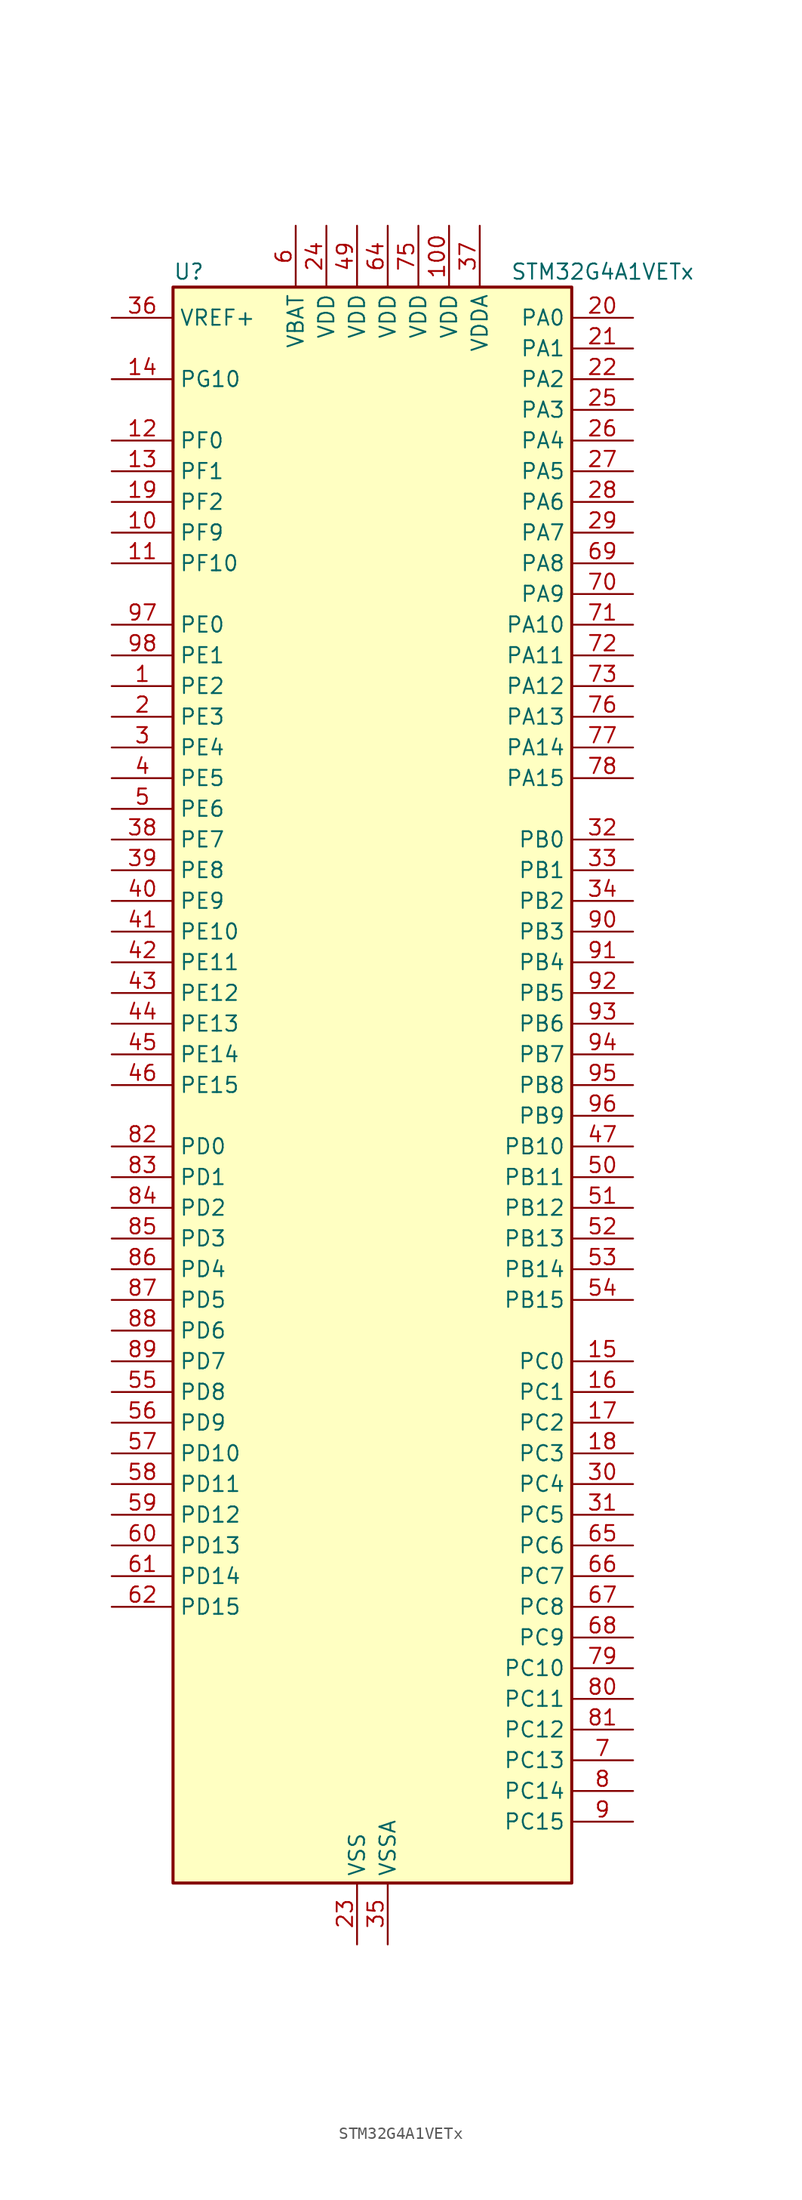
<source format=kicad_sym>
(kicad_symbol_lib
  (version 20220914)
  (generator kicad_symbol_editor)
  (symbol "STM32G4A1VETx"
    (property "Reference" "U"
      (at -15.24 67.31 0)
      (effects (font (size 1.27 1.27)) (justify left)))
    (property "Value" "STM32G4A1VETx"
      (at 12.7 67.31 0)
      (effects (font (size 1.27 1.27)) (justify left)))
    (property "ki_locked" ""
      (at 0 0 0)
      (effects (font (size 1.27 1.27))))
    (symbol "STM32G4A1VETx_0_1"
      (rectangle (start -15.24 -66.04) (end 17.78 66.04) (stroke (width 0.254) (type default)) (fill (type background))))
    (symbol "STM32G4A1VETx_1_1"
      (pin bidirectional line (at -20.32 33.02 0) (length 5.08) (name "PE2" (effects (font (size 1.27 1.27)))) (number "1" (effects (font (size 1.27 1.27)))) (alternate "ADC3_EXTI2" bidirectional line) (alternate "SAI1_CK1" bidirectional line) (alternate "SAI1_MCLK_A" bidirectional line) (alternate "SYS_TRACECLK" bidirectional line) (alternate "TIM20_CH1" bidirectional line) (alternate "TIM3_CH1" bidirectional line))
      (pin bidirectional line (at -20.32 45.72 0) (length 5.08) (name "PF9" (effects (font (size 1.27 1.27)))) (number "10" (effects (font (size 1.27 1.27)))) (alternate "DAC1_EXTI9" bidirectional line) (alternate "DAC3_EXTI9" bidirectional line) (alternate "QUADSPI1_BK1_IO1" bidirectional line) (alternate "SAI1_FS_B" bidirectional line) (alternate "SPI2_SCK" bidirectional line) (alternate "TIM15_CH1" bidirectional line) (alternate "TIM20_BKIN" bidirectional line))
      (pin power_in line (at 7.62 71.12 270) (length 5.08) (name "VDD" (effects (font (size 1.27 1.27)))) (number "100" (effects (font (size 1.27 1.27)))))
      (pin bidirectional line (at -20.32 43.18 0) (length 5.08) (name "PF10" (effects (font (size 1.27 1.27)))) (number "11" (effects (font (size 1.27 1.27)))) (alternate "DAC1_EXTI10" bidirectional line) (alternate "DAC3_EXTI10" bidirectional line) (alternate "QUADSPI1_CLK" bidirectional line) (alternate "SAI1_D3" bidirectional line) (alternate "SPI2_SCK" bidirectional line) (alternate "TIM15_CH2" bidirectional line) (alternate "TIM20_BKIN2" bidirectional line))
      (pin bidirectional line (at -20.32 53.34 0) (length 5.08) (name "PF0" (effects (font (size 1.27 1.27)))) (number "12" (effects (font (size 1.27 1.27)))) (alternate "ADC1_IN10" bidirectional line) (alternate "I2C2_SDA" bidirectional line) (alternate "I2S2_WS" bidirectional line) (alternate "RCC_OSC_IN" bidirectional line) (alternate "SPI2_NSS" bidirectional line) (alternate "TIM1_CH3N" bidirectional line))
      (pin bidirectional line (at -20.32 50.8 0) (length 5.08) (name "PF1" (effects (font (size 1.27 1.27)))) (number "13" (effects (font (size 1.27 1.27)))) (alternate "ADC2_IN10" bidirectional line) (alternate "COMP3_INM" bidirectional line) (alternate "I2S2_CK" bidirectional line) (alternate "RCC_OSC_OUT" bidirectional line) (alternate "SPI2_SCK" bidirectional line))
      (pin bidirectional line (at -20.32 58.42 0) (length 5.08) (name "PG10" (effects (font (size 1.27 1.27)))) (number "14" (effects (font (size 1.27 1.27)))) (alternate "DAC1_EXTI10" bidirectional line) (alternate "DAC3_EXTI10" bidirectional line) (alternate "RCC_MCO" bidirectional line))
      (pin bidirectional line (at 22.86 -22.86 180) (length 5.08) (name "PC0" (effects (font (size 1.27 1.27)))) (number "15" (effects (font (size 1.27 1.27)))) (alternate "ADC1_IN6" bidirectional line) (alternate "ADC2_IN6" bidirectional line) (alternate "COMP3_INM" bidirectional line) (alternate "LPTIM1_IN1" bidirectional line) (alternate "LPUART1_RX" bidirectional line) (alternate "TIM1_CH1" bidirectional line))
      (pin bidirectional line (at 22.86 -25.4 180) (length 5.08) (name "PC1" (effects (font (size 1.27 1.27)))) (number "16" (effects (font (size 1.27 1.27)))) (alternate "ADC1_IN7" bidirectional line) (alternate "ADC2_IN7" bidirectional line) (alternate "COMP3_INP" bidirectional line) (alternate "LPTIM1_OUT" bidirectional line) (alternate "LPUART1_TX" bidirectional line) (alternate "QUADSPI1_BK2_IO0" bidirectional line) (alternate "SAI1_SD_A" bidirectional line) (alternate "TIM1_CH2" bidirectional line))
      (pin bidirectional line (at 22.86 -27.94 180) (length 5.08) (name "PC2" (effects (font (size 1.27 1.27)))) (number "17" (effects (font (size 1.27 1.27)))) (alternate "ADC1_IN8" bidirectional line) (alternate "ADC2_IN8" bidirectional line) (alternate "ADC3_EXTI2" bidirectional line) (alternate "COMP3_OUT" bidirectional line) (alternate "LPTIM1_IN2" bidirectional line) (alternate "QUADSPI1_BK2_IO1" bidirectional line) (alternate "TIM1_CH3" bidirectional line) (alternate "TIM20_CH2" bidirectional line))
      (pin bidirectional line (at 22.86 -30.48 180) (length 5.08) (name "PC3" (effects (font (size 1.27 1.27)))) (number "18" (effects (font (size 1.27 1.27)))) (alternate "ADC1_IN9" bidirectional line) (alternate "ADC2_IN9" bidirectional line) (alternate "ADC3_EXTI3" bidirectional line) (alternate "LPTIM1_ETR" bidirectional line) (alternate "QUADSPI1_BK2_IO2" bidirectional line) (alternate "SAI1_D1" bidirectional line) (alternate "SAI1_SD_A" bidirectional line) (alternate "TIM1_BKIN2" bidirectional line) (alternate "TIM1_CH4" bidirectional line))
      (pin bidirectional line (at -20.32 48.26 0) (length 5.08) (name "PF2" (effects (font (size 1.27 1.27)))) (number "19" (effects (font (size 1.27 1.27)))) (alternate "ADC3_EXTI2" bidirectional line) (alternate "I2C2_SMBA" bidirectional line) (alternate "TIM20_CH3" bidirectional line))
      (pin bidirectional line (at -20.32 30.48 0) (length 5.08) (name "PE3" (effects (font (size 1.27 1.27)))) (number "2" (effects (font (size 1.27 1.27)))) (alternate "ADC3_EXTI3" bidirectional line) (alternate "SAI1_SD_B" bidirectional line) (alternate "SYS_TRACED0" bidirectional line) (alternate "TIM20_CH2" bidirectional line) (alternate "TIM3_CH2" bidirectional line))
      (pin bidirectional line (at 22.86 63.5 180) (length 5.08) (name "PA0" (effects (font (size 1.27 1.27)))) (number "20" (effects (font (size 1.27 1.27)))) (alternate "ADC1_IN1" bidirectional line) (alternate "ADC2_IN1" bidirectional line) (alternate "COMP1_INM" bidirectional line) (alternate "COMP1_OUT" bidirectional line) (alternate "COMP3_INP" bidirectional line) (alternate "RTC_TAMP2" bidirectional line) (alternate "SYS_WKUP1" bidirectional line) (alternate "TIM2_CH1" bidirectional line) (alternate "TIM2_ETR" bidirectional line) (alternate "TIM8_BKIN" bidirectional line) (alternate "TIM8_ETR" bidirectional line) (alternate "USART2_CTS" bidirectional line) (alternate "USART2_NSS" bidirectional line))
      (pin bidirectional line (at 22.86 60.96 180) (length 5.08) (name "PA1" (effects (font (size 1.27 1.27)))) (number "21" (effects (font (size 1.27 1.27)))) (alternate "ADC1_IN2" bidirectional line) (alternate "ADC2_IN2" bidirectional line) (alternate "COMP1_INP" bidirectional line) (alternate "OPAMP1_VINP" bidirectional line) (alternate "OPAMP1_VINP_SEC" bidirectional line) (alternate "OPAMP3_VINP" bidirectional line) (alternate "OPAMP3_VINP_SEC" bidirectional line) (alternate "OPAMP6_VINM" bidirectional line) (alternate "OPAMP6_VINM0" bidirectional line) (alternate "OPAMP6_VINM_SEC" bidirectional line) (alternate "RTC_REFIN" bidirectional line) (alternate "TIM15_CH1N" bidirectional line) (alternate "TIM2_CH2" bidirectional line) (alternate "USART2_DE" bidirectional line) (alternate "USART2_RTS" bidirectional line))
      (pin bidirectional line (at 22.86 58.42 180) (length 5.08) (name "PA2" (effects (font (size 1.27 1.27)))) (number "22" (effects (font (size 1.27 1.27)))) (alternate "ADC1_IN3" bidirectional line) (alternate "ADC3_EXTI2" bidirectional line) (alternate "COMP2_INM" bidirectional line) (alternate "COMP2_OUT" bidirectional line) (alternate "LPUART1_TX" bidirectional line) (alternate "OPAMP1_VOUT" bidirectional line) (alternate "QUADSPI1_BK1_NCS" bidirectional line) (alternate "RCC_LSCO" bidirectional line) (alternate "SYS_WKUP4" bidirectional line) (alternate "TIM15_CH1" bidirectional line) (alternate "TIM2_CH3" bidirectional line) (alternate "UCPD1_FRSTX1" bidirectional line) (alternate "UCPD1_FRSTX2" bidirectional line) (alternate "USART2_TX" bidirectional line))
      (pin power_in line (at 0 -71.12 90) (length 5.08) (name "VSS" (effects (font (size 1.27 1.27)))) (number "23" (effects (font (size 1.27 1.27)))))
      (pin power_in line (at -2.54 71.12 270) (length 5.08) (name "VDD" (effects (font (size 1.27 1.27)))) (number "24" (effects (font (size 1.27 1.27)))))
      (pin bidirectional line (at 22.86 55.88 180) (length 5.08) (name "PA3" (effects (font (size 1.27 1.27)))) (number "25" (effects (font (size 1.27 1.27)))) (alternate "ADC1_IN4" bidirectional line) (alternate "ADC3_EXTI3" bidirectional line) (alternate "COMP2_INP" bidirectional line) (alternate "LPUART1_RX" bidirectional line) (alternate "OPAMP1_VINM" bidirectional line) (alternate "OPAMP1_VINM0" bidirectional line) (alternate "OPAMP1_VINM_SEC" bidirectional line) (alternate "OPAMP1_VINP" bidirectional line) (alternate "OPAMP1_VINP_SEC" bidirectional line) (alternate "QUADSPI1_CLK" bidirectional line) (alternate "SAI1_CK1" bidirectional line) (alternate "SAI1_MCLK_A" bidirectional line) (alternate "TIM15_CH2" bidirectional line) (alternate "TIM2_CH4" bidirectional line) (alternate "USART2_RX" bidirectional line))
      (pin bidirectional line (at 22.86 53.34 180) (length 5.08) (name "PA4" (effects (font (size 1.27 1.27)))) (number "26" (effects (font (size 1.27 1.27)))) (alternate "ADC2_IN17" bidirectional line) (alternate "COMP1_INM" bidirectional line) (alternate "DAC1_OUT1" bidirectional line) (alternate "I2S3_WS" bidirectional line) (alternate "SAI1_FS_B" bidirectional line) (alternate "SPI1_NSS" bidirectional line) (alternate "SPI3_NSS" bidirectional line) (alternate "TIM3_CH2" bidirectional line) (alternate "USART2_CK" bidirectional line))
      (pin bidirectional line (at 22.86 50.8 180) (length 5.08) (name "PA5" (effects (font (size 1.27 1.27)))) (number "27" (effects (font (size 1.27 1.27)))) (alternate "ADC2_IN13" bidirectional line) (alternate "COMP2_INM" bidirectional line) (alternate "DAC1_OUT2" bidirectional line) (alternate "OPAMP2_VINM" bidirectional line) (alternate "OPAMP2_VINM0" bidirectional line) (alternate "OPAMP2_VINM_SEC" bidirectional line) (alternate "SPI1_SCK" bidirectional line) (alternate "TIM2_CH1" bidirectional line) (alternate "TIM2_ETR" bidirectional line) (alternate "UCPD1_FRSTX1" bidirectional line) (alternate "UCPD1_FRSTX2" bidirectional line))
      (pin bidirectional line (at 22.86 48.26 180) (length 5.08) (name "PA6" (effects (font (size 1.27 1.27)))) (number "28" (effects (font (size 1.27 1.27)))) (alternate "ADC2_IN3" bidirectional line) (alternate "COMP1_OUT" bidirectional line) (alternate "LPUART1_CTS" bidirectional line) (alternate "OPAMP2_VOUT" bidirectional line) (alternate "QUADSPI1_BK1_IO3" bidirectional line) (alternate "SPI1_MISO" bidirectional line) (alternate "TIM16_CH1" bidirectional line) (alternate "TIM1_BKIN" bidirectional line) (alternate "TIM3_CH1" bidirectional line) (alternate "TIM8_BKIN" bidirectional line))
      (pin bidirectional line (at 22.86 45.72 180) (length 5.08) (name "PA7" (effects (font (size 1.27 1.27)))) (number "29" (effects (font (size 1.27 1.27)))) (alternate "ADC2_IN4" bidirectional line) (alternate "COMP2_INP" bidirectional line) (alternate "COMP2_OUT" bidirectional line) (alternate "OPAMP1_VINP" bidirectional line) (alternate "OPAMP1_VINP_SEC" bidirectional line) (alternate "OPAMP2_VINP" bidirectional line) (alternate "OPAMP2_VINP_SEC" bidirectional line) (alternate "QUADSPI1_BK1_IO2" bidirectional line) (alternate "SPI1_MOSI" bidirectional line) (alternate "TIM17_CH1" bidirectional line) (alternate "TIM1_CH1N" bidirectional line) (alternate "TIM3_CH2" bidirectional line) (alternate "TIM8_CH1N" bidirectional line) (alternate "UCPD1_FRSTX1" bidirectional line) (alternate "UCPD1_FRSTX2" bidirectional line))
      (pin bidirectional line (at -20.32 27.94 0) (length 5.08) (name "PE4" (effects (font (size 1.27 1.27)))) (number "3" (effects (font (size 1.27 1.27)))) (alternate "SAI1_D2" bidirectional line) (alternate "SAI1_FS_A" bidirectional line) (alternate "SYS_TRACED1" bidirectional line) (alternate "TIM20_CH1N" bidirectional line) (alternate "TIM3_CH3" bidirectional line))
      (pin bidirectional line (at 22.86 -33.02 180) (length 5.08) (name "PC4" (effects (font (size 1.27 1.27)))) (number "30" (effects (font (size 1.27 1.27)))) (alternate "ADC2_IN5" bidirectional line) (alternate "I2C2_SCL" bidirectional line) (alternate "QUADSPI1_BK2_IO3" bidirectional line) (alternate "TIM1_ETR" bidirectional line) (alternate "USART1_TX" bidirectional line))
      (pin bidirectional line (at 22.86 -35.56 180) (length 5.08) (name "PC5" (effects (font (size 1.27 1.27)))) (number "31" (effects (font (size 1.27 1.27)))) (alternate "ADC2_IN11" bidirectional line) (alternate "OPAMP1_VINM" bidirectional line) (alternate "OPAMP1_VINM1" bidirectional line) (alternate "OPAMP1_VINM_SEC" bidirectional line) (alternate "OPAMP2_VINM" bidirectional line) (alternate "OPAMP2_VINM1" bidirectional line) (alternate "OPAMP2_VINM_SEC" bidirectional line) (alternate "SAI1_D3" bidirectional line) (alternate "SYS_WKUP5" bidirectional line) (alternate "TIM15_BKIN" bidirectional line) (alternate "TIM1_CH4N" bidirectional line) (alternate "USART1_RX" bidirectional line))
      (pin bidirectional line (at 22.86 20.32 180) (length 5.08) (name "PB0" (effects (font (size 1.27 1.27)))) (number "32" (effects (font (size 1.27 1.27)))) (alternate "ADC1_IN15" bidirectional line) (alternate "ADC3_IN12" bidirectional line) (alternate "COMP4_INP" bidirectional line) (alternate "OPAMP2_VINP" bidirectional line) (alternate "OPAMP2_VINP_SEC" bidirectional line) (alternate "OPAMP3_VINP" bidirectional line) (alternate "OPAMP3_VINP_SEC" bidirectional line) (alternate "QUADSPI1_BK1_IO1" bidirectional line) (alternate "TIM1_CH2N" bidirectional line) (alternate "TIM3_CH3" bidirectional line) (alternate "TIM8_CH2N" bidirectional line) (alternate "UCPD1_FRSTX1" bidirectional line) (alternate "UCPD1_FRSTX2" bidirectional line))
      (pin bidirectional line (at 22.86 17.78 180) (length 5.08) (name "PB1" (effects (font (size 1.27 1.27)))) (number "33" (effects (font (size 1.27 1.27)))) (alternate "ADC1_IN12" bidirectional line) (alternate "ADC3_IN1" bidirectional line) (alternate "COMP1_INP" bidirectional line) (alternate "COMP4_OUT" bidirectional line) (alternate "LPUART1_DE" bidirectional line) (alternate "LPUART1_RTS" bidirectional line) (alternate "OPAMP3_VOUT" bidirectional line) (alternate "OPAMP6_VINM" bidirectional line) (alternate "OPAMP6_VINM1" bidirectional line) (alternate "OPAMP6_VINM_SEC" bidirectional line) (alternate "QUADSPI1_BK1_IO0" bidirectional line) (alternate "TIM1_CH3N" bidirectional line) (alternate "TIM3_CH4" bidirectional line) (alternate "TIM8_CH3N" bidirectional line))
      (pin bidirectional line (at 22.86 15.24 180) (length 5.08) (name "PB2" (effects (font (size 1.27 1.27)))) (number "34" (effects (font (size 1.27 1.27)))) (alternate "ADC2_IN12" bidirectional line) (alternate "ADC3_EXTI2" bidirectional line) (alternate "COMP4_INM" bidirectional line) (alternate "I2C3_SMBA" bidirectional line) (alternate "LPTIM1_OUT" bidirectional line) (alternate "OPAMP3_VINM" bidirectional line) (alternate "OPAMP3_VINM0" bidirectional line) (alternate "OPAMP3_VINM_SEC" bidirectional line) (alternate "QUADSPI1_BK2_IO1" bidirectional line) (alternate "RTC_OUT2" bidirectional line) (alternate "TIM20_CH1" bidirectional line))
      (pin power_in line (at 2.54 -71.12 90) (length 5.08) (name "VSSA" (effects (font (size 1.27 1.27)))) (number "35" (effects (font (size 1.27 1.27)))))
      (pin input line (at -20.32 63.5 0) (length 5.08) (name "VREF+" (effects (font (size 1.27 1.27)))) (number "36" (effects (font (size 1.27 1.27)))) (alternate "VREFBUF_OUT" bidirectional line))
      (pin power_in line (at 10.16 71.12 270) (length 5.08) (name "VDDA" (effects (font (size 1.27 1.27)))) (number "37" (effects (font (size 1.27 1.27)))))
      (pin bidirectional line (at -20.32 20.32 0) (length 5.08) (name "PE7" (effects (font (size 1.27 1.27)))) (number "38" (effects (font (size 1.27 1.27)))) (alternate "ADC3_IN4" bidirectional line) (alternate "COMP4_INP" bidirectional line) (alternate "SAI1_SD_B" bidirectional line) (alternate "TIM1_ETR" bidirectional line))
      (pin bidirectional line (at -20.32 17.78 0) (length 5.08) (name "PE8" (effects (font (size 1.27 1.27)))) (number "39" (effects (font (size 1.27 1.27)))) (alternate "ADC3_IN6" bidirectional line) (alternate "COMP4_INM" bidirectional line) (alternate "SAI1_SCK_B" bidirectional line) (alternate "TIM1_CH1N" bidirectional line))
      (pin bidirectional line (at -20.32 25.4 0) (length 5.08) (name "PE5" (effects (font (size 1.27 1.27)))) (number "4" (effects (font (size 1.27 1.27)))) (alternate "SAI1_CK2" bidirectional line) (alternate "SAI1_SCK_A" bidirectional line) (alternate "SYS_TRACED2" bidirectional line) (alternate "TIM20_CH2N" bidirectional line) (alternate "TIM3_CH4" bidirectional line))
      (pin bidirectional line (at -20.32 15.24 0) (length 5.08) (name "PE9" (effects (font (size 1.27 1.27)))) (number "40" (effects (font (size 1.27 1.27)))) (alternate "ADC3_IN2" bidirectional line) (alternate "DAC1_EXTI9" bidirectional line) (alternate "DAC3_EXTI9" bidirectional line) (alternate "SAI1_FS_B" bidirectional line) (alternate "TIM1_CH1" bidirectional line))
      (pin bidirectional line (at -20.32 12.7 0) (length 5.08) (name "PE10" (effects (font (size 1.27 1.27)))) (number "41" (effects (font (size 1.27 1.27)))) (alternate "ADC3_IN14" bidirectional line) (alternate "DAC1_EXTI10" bidirectional line) (alternate "DAC3_EXTI10" bidirectional line) (alternate "QUADSPI1_CLK" bidirectional line) (alternate "SAI1_MCLK_B" bidirectional line) (alternate "TIM1_CH2N" bidirectional line))
      (pin bidirectional line (at -20.32 10.16 0) (length 5.08) (name "PE11" (effects (font (size 1.27 1.27)))) (number "42" (effects (font (size 1.27 1.27)))) (alternate "ADC1_EXTI11" bidirectional line) (alternate "ADC2_EXTI11" bidirectional line) (alternate "ADC3_IN15" bidirectional line) (alternate "QUADSPI1_BK1_NCS" bidirectional line) (alternate "TIM1_CH2" bidirectional line))
      (pin bidirectional line (at -20.32 7.62 0) (length 5.08) (name "PE12" (effects (font (size 1.27 1.27)))) (number "43" (effects (font (size 1.27 1.27)))) (alternate "ADC3_IN16" bidirectional line) (alternate "QUADSPI1_BK1_IO0" bidirectional line) (alternate "TIM1_CH3N" bidirectional line))
      (pin bidirectional line (at -20.32 5.08 0) (length 5.08) (name "PE13" (effects (font (size 1.27 1.27)))) (number "44" (effects (font (size 1.27 1.27)))) (alternate "ADC3_IN3" bidirectional line) (alternate "QUADSPI1_BK1_IO1" bidirectional line) (alternate "TIM1_CH3" bidirectional line))
      (pin bidirectional line (at -20.32 2.54 0) (length 5.08) (name "PE14" (effects (font (size 1.27 1.27)))) (number "45" (effects (font (size 1.27 1.27)))) (alternate "QUADSPI1_BK1_IO2" bidirectional line) (alternate "TIM1_BKIN2" bidirectional line) (alternate "TIM1_CH4" bidirectional line))
      (pin bidirectional line (at -20.32 0 0) (length 5.08) (name "PE15" (effects (font (size 1.27 1.27)))) (number "46" (effects (font (size 1.27 1.27)))) (alternate "ADC1_EXTI15" bidirectional line) (alternate "ADC2_EXTI15" bidirectional line) (alternate "QUADSPI1_BK1_IO3" bidirectional line) (alternate "TIM1_BKIN" bidirectional line) (alternate "TIM1_CH4N" bidirectional line) (alternate "USART3_RX" bidirectional line))
      (pin bidirectional line (at 22.86 -5.08 180) (length 5.08) (name "PB10" (effects (font (size 1.27 1.27)))) (number "47" (effects (font (size 1.27 1.27)))) (alternate "DAC1_EXTI10" bidirectional line) (alternate "DAC3_EXTI10" bidirectional line) (alternate "LPUART1_RX" bidirectional line) (alternate "OPAMP3_VINM" bidirectional line) (alternate "OPAMP3_VINM1" bidirectional line) (alternate "OPAMP3_VINM_SEC" bidirectional line) (alternate "QUADSPI1_CLK" bidirectional line) (alternate "SAI1_SCK_A" bidirectional line) (alternate "TIM1_BKIN" bidirectional line) (alternate "TIM2_CH3" bidirectional line) (alternate "USART3_TX" bidirectional line))
      (pin passive line (at 0 -71.12 90) (length 5.08) hide (name "VSS" (effects (font (size 1.27 1.27)))) (number "48" (effects (font (size 1.27 1.27)))))
      (pin power_in line (at 0 71.12 270) (length 5.08) (name "VDD" (effects (font (size 1.27 1.27)))) (number "49" (effects (font (size 1.27 1.27)))))
      (pin bidirectional line (at -20.32 22.86 0) (length 5.08) (name "PE6" (effects (font (size 1.27 1.27)))) (number "5" (effects (font (size 1.27 1.27)))) (alternate "RTC_TAMP3" bidirectional line) (alternate "SAI1_D1" bidirectional line) (alternate "SAI1_SD_A" bidirectional line) (alternate "SYS_TRACED3" bidirectional line) (alternate "SYS_WKUP3" bidirectional line) (alternate "TIM20_CH3N" bidirectional line))
      (pin bidirectional line (at 22.86 -7.62 180) (length 5.08) (name "PB11" (effects (font (size 1.27 1.27)))) (number "50" (effects (font (size 1.27 1.27)))) (alternate "ADC1_EXTI11" bidirectional line) (alternate "ADC1_IN14" bidirectional line) (alternate "ADC2_EXTI11" bidirectional line) (alternate "ADC2_IN14" bidirectional line) (alternate "LPUART1_TX" bidirectional line) (alternate "OPAMP6_VOUT" bidirectional line) (alternate "QUADSPI1_BK1_NCS" bidirectional line) (alternate "TIM2_CH4" bidirectional line) (alternate "USART3_RX" bidirectional line))
      (pin bidirectional line (at 22.86 -10.16 180) (length 5.08) (name "PB12" (effects (font (size 1.27 1.27)))) (number "51" (effects (font (size 1.27 1.27)))) (alternate "ADC1_IN11" bidirectional line) (alternate "FDCAN2_RX" bidirectional line) (alternate "I2C2_SMBA" bidirectional line) (alternate "I2S2_WS" bidirectional line) (alternate "LPUART1_DE" bidirectional line) (alternate "LPUART1_RTS" bidirectional line) (alternate "OPAMP6_VINP" bidirectional line) (alternate "OPAMP6_VINP_SEC" bidirectional line) (alternate "SPI2_NSS" bidirectional line) (alternate "TIM1_BKIN" bidirectional line) (alternate "USART3_CK" bidirectional line))
      (pin bidirectional line (at 22.86 -12.7 180) (length 5.08) (name "PB13" (effects (font (size 1.27 1.27)))) (number "52" (effects (font (size 1.27 1.27)))) (alternate "ADC3_IN5" bidirectional line) (alternate "FDCAN2_TX" bidirectional line) (alternate "I2S2_CK" bidirectional line) (alternate "LPUART1_CTS" bidirectional line) (alternate "OPAMP3_VINP" bidirectional line) (alternate "OPAMP3_VINP_SEC" bidirectional line) (alternate "OPAMP6_VINP" bidirectional line) (alternate "OPAMP6_VINP_SEC" bidirectional line) (alternate "SPI2_SCK" bidirectional line) (alternate "TIM1_CH1N" bidirectional line) (alternate "USART3_CTS" bidirectional line) (alternate "USART3_NSS" bidirectional line))
      (pin bidirectional line (at 22.86 -15.24 180) (length 5.08) (name "PB14" (effects (font (size 1.27 1.27)))) (number "53" (effects (font (size 1.27 1.27)))) (alternate "ADC1_IN5" bidirectional line) (alternate "COMP4_OUT" bidirectional line) (alternate "OPAMP2_VINP" bidirectional line) (alternate "OPAMP2_VINP_SEC" bidirectional line) (alternate "SPI2_MISO" bidirectional line) (alternate "TIM15_CH1" bidirectional line) (alternate "TIM1_CH2N" bidirectional line) (alternate "USART3_DE" bidirectional line) (alternate "USART3_RTS" bidirectional line))
      (pin bidirectional line (at 22.86 -17.78 180) (length 5.08) (name "PB15" (effects (font (size 1.27 1.27)))) (number "54" (effects (font (size 1.27 1.27)))) (alternate "ADC1_EXTI15" bidirectional line) (alternate "ADC2_EXTI15" bidirectional line) (alternate "ADC2_IN15" bidirectional line) (alternate "COMP3_OUT" bidirectional line) (alternate "I2S2_SD" bidirectional line) (alternate "RTC_REFIN" bidirectional line) (alternate "SPI2_MOSI" bidirectional line) (alternate "TIM15_CH1N" bidirectional line) (alternate "TIM15_CH2" bidirectional line) (alternate "TIM1_CH3N" bidirectional line))
      (pin bidirectional line (at -20.32 -25.4 0) (length 5.08) (name "PD8" (effects (font (size 1.27 1.27)))) (number "55" (effects (font (size 1.27 1.27)))) (alternate "USART3_TX" bidirectional line))
      (pin bidirectional line (at -20.32 -27.94 0) (length 5.08) (name "PD9" (effects (font (size 1.27 1.27)))) (number "56" (effects (font (size 1.27 1.27)))) (alternate "DAC1_EXTI9" bidirectional line) (alternate "DAC3_EXTI9" bidirectional line) (alternate "OPAMP6_VINP" bidirectional line) (alternate "OPAMP6_VINP_SEC" bidirectional line) (alternate "USART3_RX" bidirectional line))
      (pin bidirectional line (at -20.32 -30.48 0) (length 5.08) (name "PD10" (effects (font (size 1.27 1.27)))) (number "57" (effects (font (size 1.27 1.27)))) (alternate "ADC3_IN7" bidirectional line) (alternate "DAC1_EXTI10" bidirectional line) (alternate "DAC3_EXTI10" bidirectional line) (alternate "USART3_CK" bidirectional line))
      (pin bidirectional line (at -20.32 -33.02 0) (length 5.08) (name "PD11" (effects (font (size 1.27 1.27)))) (number "58" (effects (font (size 1.27 1.27)))) (alternate "ADC1_EXTI11" bidirectional line) (alternate "ADC2_EXTI11" bidirectional line) (alternate "ADC3_IN8" bidirectional line) (alternate "USART3_CTS" bidirectional line) (alternate "USART3_NSS" bidirectional line))
      (pin bidirectional line (at -20.32 -35.56 0) (length 5.08) (name "PD12" (effects (font (size 1.27 1.27)))) (number "59" (effects (font (size 1.27 1.27)))) (alternate "ADC3_IN9" bidirectional line) (alternate "TIM4_CH1" bidirectional line) (alternate "USART3_DE" bidirectional line) (alternate "USART3_RTS" bidirectional line))
      (pin power_in line (at -5.08 71.12 270) (length 5.08) (name "VBAT" (effects (font (size 1.27 1.27)))) (number "6" (effects (font (size 1.27 1.27)))))
      (pin bidirectional line (at -20.32 -38.1 0) (length 5.08) (name "PD13" (effects (font (size 1.27 1.27)))) (number "60" (effects (font (size 1.27 1.27)))) (alternate "ADC3_IN10" bidirectional line) (alternate "TIM4_CH2" bidirectional line))
      (pin bidirectional line (at -20.32 -40.64 0) (length 5.08) (name "PD14" (effects (font (size 1.27 1.27)))) (number "61" (effects (font (size 1.27 1.27)))) (alternate "ADC3_IN11" bidirectional line) (alternate "OPAMP2_VINP" bidirectional line) (alternate "OPAMP2_VINP_SEC" bidirectional line) (alternate "TIM4_CH3" bidirectional line))
      (pin bidirectional line (at -20.32 -43.18 0) (length 5.08) (name "PD15" (effects (font (size 1.27 1.27)))) (number "62" (effects (font (size 1.27 1.27)))) (alternate "ADC1_EXTI15" bidirectional line) (alternate "ADC2_EXTI15" bidirectional line) (alternate "SPI2_NSS" bidirectional line) (alternate "TIM4_CH4" bidirectional line))
      (pin passive line (at 0 -71.12 90) (length 5.08) hide (name "VSS" (effects (font (size 1.27 1.27)))) (number "63" (effects (font (size 1.27 1.27)))))
      (pin power_in line (at 2.54 71.12 270) (length 5.08) (name "VDD" (effects (font (size 1.27 1.27)))) (number "64" (effects (font (size 1.27 1.27)))))
      (pin bidirectional line (at 22.86 -38.1 180) (length 5.08) (name "PC6" (effects (font (size 1.27 1.27)))) (number "65" (effects (font (size 1.27 1.27)))) (alternate "I2S2_MCK" bidirectional line) (alternate "TIM3_CH1" bidirectional line) (alternate "TIM8_CH1" bidirectional line))
      (pin bidirectional line (at 22.86 -40.64 180) (length 5.08) (name "PC7" (effects (font (size 1.27 1.27)))) (number "66" (effects (font (size 1.27 1.27)))) (alternate "I2S3_MCK" bidirectional line) (alternate "TIM3_CH2" bidirectional line) (alternate "TIM8_CH2" bidirectional line))
      (pin bidirectional line (at 22.86 -43.18 180) (length 5.08) (name "PC8" (effects (font (size 1.27 1.27)))) (number "67" (effects (font (size 1.27 1.27)))) (alternate "I2C3_SCL" bidirectional line) (alternate "TIM20_CH3" bidirectional line) (alternate "TIM3_CH3" bidirectional line) (alternate "TIM8_CH3" bidirectional line))
      (pin bidirectional line (at 22.86 -45.72 180) (length 5.08) (name "PC9" (effects (font (size 1.27 1.27)))) (number "68" (effects (font (size 1.27 1.27)))) (alternate "DAC1_EXTI9" bidirectional line) (alternate "DAC3_EXTI9" bidirectional line) (alternate "I2C3_SDA" bidirectional line) (alternate "I2S_CKIN" bidirectional line) (alternate "TIM3_CH4" bidirectional line) (alternate "TIM8_BKIN2" bidirectional line) (alternate "TIM8_CH4" bidirectional line))
      (pin bidirectional line (at 22.86 43.18 180) (length 5.08) (name "PA8" (effects (font (size 1.27 1.27)))) (number "69" (effects (font (size 1.27 1.27)))) (alternate "I2C2_SDA" bidirectional line) (alternate "I2C3_SCL" bidirectional line) (alternate "I2S2_MCK" bidirectional line) (alternate "RCC_MCO" bidirectional line) (alternate "SAI1_CK2" bidirectional line) (alternate "SAI1_SCK_A" bidirectional line) (alternate "TIM1_CH1" bidirectional line) (alternate "TIM4_ETR" bidirectional line) (alternate "USART1_CK" bidirectional line))
      (pin bidirectional line (at 22.86 -55.88 180) (length 5.08) (name "PC13" (effects (font (size 1.27 1.27)))) (number "7" (effects (font (size 1.27 1.27)))) (alternate "RTC_OUT1" bidirectional line) (alternate "RTC_TAMP1" bidirectional line) (alternate "RTC_TS" bidirectional line) (alternate "SYS_WKUP2" bidirectional line) (alternate "TIM1_BKIN" bidirectional line) (alternate "TIM1_CH1N" bidirectional line) (alternate "TIM8_CH4N" bidirectional line))
      (pin bidirectional line (at 22.86 40.64 180) (length 5.08) (name "PA9" (effects (font (size 1.27 1.27)))) (number "70" (effects (font (size 1.27 1.27)))) (alternate "DAC1_EXTI9" bidirectional line) (alternate "DAC3_EXTI9" bidirectional line) (alternate "I2C2_SCL" bidirectional line) (alternate "I2C3_SMBA" bidirectional line) (alternate "I2S3_MCK" bidirectional line) (alternate "SAI1_FS_A" bidirectional line) (alternate "TIM15_BKIN" bidirectional line) (alternate "TIM1_CH2" bidirectional line) (alternate "TIM2_CH3" bidirectional line) (alternate "UCPD1_DBCC1" bidirectional line) (alternate "USART1_TX" bidirectional line))
      (pin bidirectional line (at 22.86 38.1 180) (length 5.08) (name "PA10" (effects (font (size 1.27 1.27)))) (number "71" (effects (font (size 1.27 1.27)))) (alternate "CRS_SYNC" bidirectional line) (alternate "DAC1_EXTI10" bidirectional line) (alternate "DAC3_EXTI10" bidirectional line) (alternate "I2C2_SMBA" bidirectional line) (alternate "SAI1_D1" bidirectional line) (alternate "SAI1_SD_A" bidirectional line) (alternate "SPI2_MISO" bidirectional line) (alternate "TIM17_BKIN" bidirectional line) (alternate "TIM1_CH3" bidirectional line) (alternate "TIM2_CH4" bidirectional line) (alternate "TIM8_BKIN" bidirectional line) (alternate "UCPD1_DBCC2" bidirectional line) (alternate "USART1_RX" bidirectional line))
      (pin bidirectional line (at 22.86 35.56 180) (length 5.08) (name "PA11" (effects (font (size 1.27 1.27)))) (number "72" (effects (font (size 1.27 1.27)))) (alternate "ADC1_EXTI11" bidirectional line) (alternate "ADC2_EXTI11" bidirectional line) (alternate "COMP1_OUT" bidirectional line) (alternate "FDCAN1_RX" bidirectional line) (alternate "I2S2_SD" bidirectional line) (alternate "SPI2_MOSI" bidirectional line) (alternate "TIM1_BKIN2" bidirectional line) (alternate "TIM1_CH1N" bidirectional line) (alternate "TIM1_CH4" bidirectional line) (alternate "TIM4_CH1" bidirectional line) (alternate "USART1_CTS" bidirectional line) (alternate "USART1_NSS" bidirectional line) (alternate "USB_DM" bidirectional line))
      (pin bidirectional line (at 22.86 33.02 180) (length 5.08) (name "PA12" (effects (font (size 1.27 1.27)))) (number "73" (effects (font (size 1.27 1.27)))) (alternate "COMP2_OUT" bidirectional line) (alternate "FDCAN1_TX" bidirectional line) (alternate "I2S_CKIN" bidirectional line) (alternate "TIM16_CH1" bidirectional line) (alternate "TIM1_CH2N" bidirectional line) (alternate "TIM1_ETR" bidirectional line) (alternate "TIM4_CH2" bidirectional line) (alternate "USART1_DE" bidirectional line) (alternate "USART1_RTS" bidirectional line) (alternate "USB_DP" bidirectional line))
      (pin passive line (at 0 -71.12 90) (length 5.08) hide (name "VSS" (effects (font (size 1.27 1.27)))) (number "74" (effects (font (size 1.27 1.27)))))
      (pin power_in line (at 5.08 71.12 270) (length 5.08) (name "VDD" (effects (font (size 1.27 1.27)))) (number "75" (effects (font (size 1.27 1.27)))))
      (pin bidirectional line (at 22.86 30.48 180) (length 5.08) (name "PA13" (effects (font (size 1.27 1.27)))) (number "76" (effects (font (size 1.27 1.27)))) (alternate "I2C1_SCL" bidirectional line) (alternate "IR_OUT" bidirectional line) (alternate "SAI1_SD_B" bidirectional line) (alternate "SYS_JTMS-SWDIO" bidirectional line) (alternate "TIM16_CH1N" bidirectional line) (alternate "TIM4_CH3" bidirectional line) (alternate "USART3_CTS" bidirectional line) (alternate "USART3_NSS" bidirectional line))
      (pin bidirectional line (at 22.86 27.94 180) (length 5.08) (name "PA14" (effects (font (size 1.27 1.27)))) (number "77" (effects (font (size 1.27 1.27)))) (alternate "I2C1_SDA" bidirectional line) (alternate "LPTIM1_OUT" bidirectional line) (alternate "SAI1_FS_B" bidirectional line) (alternate "SYS_JTCK-SWCLK" bidirectional line) (alternate "TIM1_BKIN" bidirectional line) (alternate "TIM8_CH2" bidirectional line) (alternate "USART2_TX" bidirectional line))
      (pin bidirectional line (at 22.86 25.4 180) (length 5.08) (name "PA15" (effects (font (size 1.27 1.27)))) (number "78" (effects (font (size 1.27 1.27)))) (alternate "ADC1_EXTI15" bidirectional line) (alternate "ADC2_EXTI15" bidirectional line) (alternate "I2C1_SCL" bidirectional line) (alternate "I2S3_WS" bidirectional line) (alternate "SPI1_NSS" bidirectional line) (alternate "SPI3_NSS" bidirectional line) (alternate "SYS_JTDI" bidirectional line) (alternate "TIM1_BKIN" bidirectional line) (alternate "TIM20_ETR" bidirectional line) (alternate "TIM2_CH1" bidirectional line) (alternate "TIM2_ETR" bidirectional line) (alternate "TIM8_CH1" bidirectional line) (alternate "UART4_DE" bidirectional line) (alternate "UART4_RTS" bidirectional line) (alternate "USART2_RX" bidirectional line))
      (pin bidirectional line (at 22.86 -48.26 180) (length 5.08) (name "PC10" (effects (font (size 1.27 1.27)))) (number "79" (effects (font (size 1.27 1.27)))) (alternate "DAC1_EXTI10" bidirectional line) (alternate "DAC3_EXTI10" bidirectional line) (alternate "I2S3_CK" bidirectional line) (alternate "SPI3_SCK" bidirectional line) (alternate "TIM8_CH1N" bidirectional line) (alternate "UART4_TX" bidirectional line) (alternate "USART3_TX" bidirectional line))
      (pin bidirectional line (at 22.86 -58.42 180) (length 5.08) (name "PC14" (effects (font (size 1.27 1.27)))) (number "8" (effects (font (size 1.27 1.27)))) (alternate "RCC_OSC32_IN" bidirectional line))
      (pin bidirectional line (at 22.86 -50.8 180) (length 5.08) (name "PC11" (effects (font (size 1.27 1.27)))) (number "80" (effects (font (size 1.27 1.27)))) (alternate "ADC1_EXTI11" bidirectional line) (alternate "ADC2_EXTI11" bidirectional line) (alternate "I2C3_SDA" bidirectional line) (alternate "SPI3_MISO" bidirectional line) (alternate "TIM8_CH2N" bidirectional line) (alternate "UART4_RX" bidirectional line) (alternate "USART3_RX" bidirectional line))
      (pin bidirectional line (at 22.86 -53.34 180) (length 5.08) (name "PC12" (effects (font (size 1.27 1.27)))) (number "81" (effects (font (size 1.27 1.27)))) (alternate "I2S3_SD" bidirectional line) (alternate "SPI3_MOSI" bidirectional line) (alternate "TIM8_CH3N" bidirectional line) (alternate "UART5_TX" bidirectional line) (alternate "UCPD1_FRSTX1" bidirectional line) (alternate "UCPD1_FRSTX2" bidirectional line) (alternate "USART3_CK" bidirectional line))
      (pin bidirectional line (at -20.32 -5.08 0) (length 5.08) (name "PD0" (effects (font (size 1.27 1.27)))) (number "82" (effects (font (size 1.27 1.27)))) (alternate "FDCAN1_RX" bidirectional line) (alternate "TIM8_CH4N" bidirectional line))
      (pin bidirectional line (at -20.32 -7.62 0) (length 5.08) (name "PD1" (effects (font (size 1.27 1.27)))) (number "83" (effects (font (size 1.27 1.27)))) (alternate "FDCAN1_TX" bidirectional line) (alternate "TIM8_BKIN2" bidirectional line) (alternate "TIM8_CH4" bidirectional line))
      (pin bidirectional line (at -20.32 -10.16 0) (length 5.08) (name "PD2" (effects (font (size 1.27 1.27)))) (number "84" (effects (font (size 1.27 1.27)))) (alternate "ADC3_EXTI2" bidirectional line) (alternate "TIM3_ETR" bidirectional line) (alternate "TIM8_BKIN" bidirectional line) (alternate "UART5_RX" bidirectional line))
      (pin bidirectional line (at -20.32 -12.7 0) (length 5.08) (name "PD3" (effects (font (size 1.27 1.27)))) (number "85" (effects (font (size 1.27 1.27)))) (alternate "ADC3_EXTI3" bidirectional line) (alternate "QUADSPI1_BK2_NCS" bidirectional line) (alternate "TIM2_CH1" bidirectional line) (alternate "TIM2_ETR" bidirectional line) (alternate "USART2_CTS" bidirectional line) (alternate "USART2_NSS" bidirectional line))
      (pin bidirectional line (at -20.32 -15.24 0) (length 5.08) (name "PD4" (effects (font (size 1.27 1.27)))) (number "86" (effects (font (size 1.27 1.27)))) (alternate "QUADSPI1_BK2_IO0" bidirectional line) (alternate "TIM2_CH2" bidirectional line) (alternate "USART2_DE" bidirectional line) (alternate "USART2_RTS" bidirectional line))
      (pin bidirectional line (at -20.32 -17.78 0) (length 5.08) (name "PD5" (effects (font (size 1.27 1.27)))) (number "87" (effects (font (size 1.27 1.27)))) (alternate "QUADSPI1_BK2_IO1" bidirectional line) (alternate "USART2_TX" bidirectional line))
      (pin bidirectional line (at -20.32 -20.32 0) (length 5.08) (name "PD6" (effects (font (size 1.27 1.27)))) (number "88" (effects (font (size 1.27 1.27)))) (alternate "QUADSPI1_BK2_IO2" bidirectional line) (alternate "SAI1_D1" bidirectional line) (alternate "SAI1_SD_A" bidirectional line) (alternate "TIM2_CH4" bidirectional line) (alternate "USART2_RX" bidirectional line))
      (pin bidirectional line (at -20.32 -22.86 0) (length 5.08) (name "PD7" (effects (font (size 1.27 1.27)))) (number "89" (effects (font (size 1.27 1.27)))) (alternate "QUADSPI1_BK2_IO3" bidirectional line) (alternate "TIM2_CH3" bidirectional line) (alternate "USART2_CK" bidirectional line))
      (pin bidirectional line (at 22.86 -60.96 180) (length 5.08) (name "PC15" (effects (font (size 1.27 1.27)))) (number "9" (effects (font (size 1.27 1.27)))) (alternate "ADC1_EXTI15" bidirectional line) (alternate "ADC2_EXTI15" bidirectional line) (alternate "RCC_OSC32_OUT" bidirectional line))
      (pin bidirectional line (at 22.86 12.7 180) (length 5.08) (name "PB3" (effects (font (size 1.27 1.27)))) (number "90" (effects (font (size 1.27 1.27)))) (alternate "ADC3_EXTI3" bidirectional line) (alternate "CRS_SYNC" bidirectional line) (alternate "I2S3_CK" bidirectional line) (alternate "SAI1_SCK_B" bidirectional line) (alternate "SPI1_SCK" bidirectional line) (alternate "SPI3_SCK" bidirectional line) (alternate "SYS_JTDO-SWO" bidirectional line) (alternate "TIM2_CH2" bidirectional line) (alternate "TIM3_ETR" bidirectional line) (alternate "TIM4_ETR" bidirectional line) (alternate "TIM8_CH1N" bidirectional line) (alternate "USART2_TX" bidirectional line))
      (pin bidirectional line (at 22.86 10.16 180) (length 5.08) (name "PB4" (effects (font (size 1.27 1.27)))) (number "91" (effects (font (size 1.27 1.27)))) (alternate "SAI1_MCLK_B" bidirectional line) (alternate "SPI1_MISO" bidirectional line) (alternate "SPI3_MISO" bidirectional line) (alternate "SYS_JTRST" bidirectional line) (alternate "TIM16_CH1" bidirectional line) (alternate "TIM17_BKIN" bidirectional line) (alternate "TIM3_CH1" bidirectional line) (alternate "TIM8_CH2N" bidirectional line) (alternate "UART5_DE" bidirectional line) (alternate "UART5_RTS" bidirectional line) (alternate "UCPD1_CC2" bidirectional line) (alternate "USART2_RX" bidirectional line))
      (pin bidirectional line (at 22.86 7.62 180) (length 5.08) (name "PB5" (effects (font (size 1.27 1.27)))) (number "92" (effects (font (size 1.27 1.27)))) (alternate "FDCAN2_RX" bidirectional line) (alternate "I2C1_SMBA" bidirectional line) (alternate "I2C3_SDA" bidirectional line) (alternate "I2S3_SD" bidirectional line) (alternate "LPTIM1_IN1" bidirectional line) (alternate "SAI1_SD_B" bidirectional line) (alternate "SPI1_MOSI" bidirectional line) (alternate "SPI3_MOSI" bidirectional line) (alternate "TIM16_BKIN" bidirectional line) (alternate "TIM17_CH1" bidirectional line) (alternate "TIM3_CH2" bidirectional line) (alternate "TIM8_CH3N" bidirectional line) (alternate "UART5_CTS" bidirectional line) (alternate "USART2_CK" bidirectional line))
      (pin bidirectional line (at 22.86 5.08 180) (length 5.08) (name "PB6" (effects (font (size 1.27 1.27)))) (number "93" (effects (font (size 1.27 1.27)))) (alternate "COMP4_OUT" bidirectional line) (alternate "FDCAN2_TX" bidirectional line) (alternate "LPTIM1_ETR" bidirectional line) (alternate "SAI1_FS_B" bidirectional line) (alternate "TIM16_CH1N" bidirectional line) (alternate "TIM4_CH1" bidirectional line) (alternate "TIM8_BKIN2" bidirectional line) (alternate "TIM8_CH1" bidirectional line) (alternate "TIM8_ETR" bidirectional line) (alternate "UCPD1_CC1" bidirectional line) (alternate "USART1_TX" bidirectional line))
      (pin bidirectional line (at 22.86 2.54 180) (length 5.08) (name "PB7" (effects (font (size 1.27 1.27)))) (number "94" (effects (font (size 1.27 1.27)))) (alternate "COMP3_OUT" bidirectional line) (alternate "I2C1_SDA" bidirectional line) (alternate "LPTIM1_IN2" bidirectional line) (alternate "SYS_PVD_IN" bidirectional line) (alternate "TIM17_CH1N" bidirectional line) (alternate "TIM3_CH4" bidirectional line) (alternate "TIM4_CH2" bidirectional line) (alternate "TIM8_BKIN" bidirectional line) (alternate "UART4_CTS" bidirectional line) (alternate "USART1_RX" bidirectional line))
      (pin bidirectional line (at 22.86 0 180) (length 5.08) (name "PB8" (effects (font (size 1.27 1.27)))) (number "95" (effects (font (size 1.27 1.27)))) (alternate "COMP1_OUT" bidirectional line) (alternate "FDCAN1_RX" bidirectional line) (alternate "I2C1_SCL" bidirectional line) (alternate "SAI1_CK1" bidirectional line) (alternate "SAI1_MCLK_A" bidirectional line) (alternate "TIM16_CH1" bidirectional line) (alternate "TIM1_BKIN" bidirectional line) (alternate "TIM4_CH3" bidirectional line) (alternate "TIM8_CH2" bidirectional line) (alternate "USART3_RX" bidirectional line))
      (pin bidirectional line (at 22.86 -2.54 180) (length 5.08) (name "PB9" (effects (font (size 1.27 1.27)))) (number "96" (effects (font (size 1.27 1.27)))) (alternate "COMP2_OUT" bidirectional line) (alternate "DAC1_EXTI9" bidirectional line) (alternate "DAC3_EXTI9" bidirectional line) (alternate "FDCAN1_TX" bidirectional line) (alternate "I2C1_SDA" bidirectional line) (alternate "IR_OUT" bidirectional line) (alternate "SAI1_D2" bidirectional line) (alternate "SAI1_FS_A" bidirectional line) (alternate "TIM17_CH1" bidirectional line) (alternate "TIM1_CH3N" bidirectional line) (alternate "TIM4_CH4" bidirectional line) (alternate "TIM8_CH3" bidirectional line) (alternate "USART3_TX" bidirectional line))
      (pin bidirectional line (at -20.32 38.1 0) (length 5.08) (name "PE0" (effects (font (size 1.27 1.27)))) (number "97" (effects (font (size 1.27 1.27)))) (alternate "TIM16_CH1" bidirectional line) (alternate "TIM20_CH4N" bidirectional line) (alternate "TIM20_ETR" bidirectional line) (alternate "TIM4_ETR" bidirectional line) (alternate "USART1_TX" bidirectional line))
      (pin bidirectional line (at -20.32 35.56 0) (length 5.08) (name "PE1" (effects (font (size 1.27 1.27)))) (number "98" (effects (font (size 1.27 1.27)))) (alternate "TIM17_CH1" bidirectional line) (alternate "TIM20_CH4" bidirectional line) (alternate "USART1_RX" bidirectional line))
      (pin passive line (at 0 -71.12 90) (length 5.08) hide (name "VSS" (effects (font (size 1.27 1.27)))) (number "99" (effects (font (size 1.27 1.27))))))))
</source>
